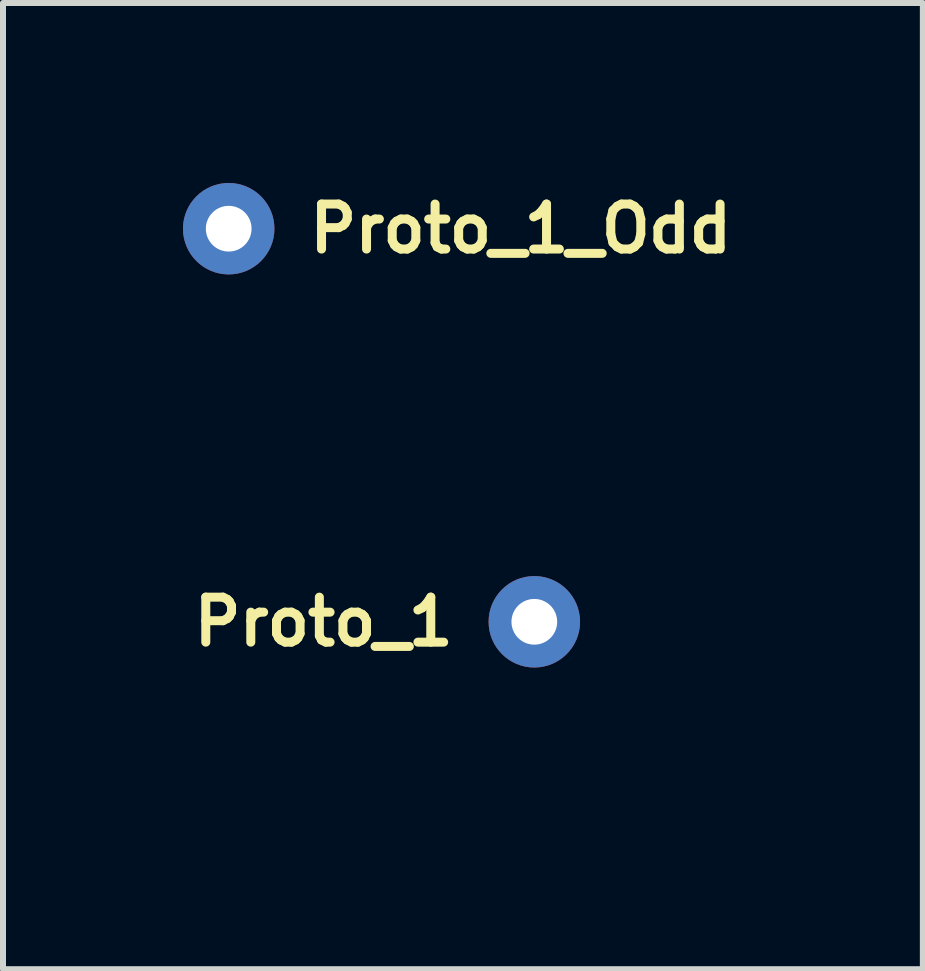
<source format=kicad_pcb>
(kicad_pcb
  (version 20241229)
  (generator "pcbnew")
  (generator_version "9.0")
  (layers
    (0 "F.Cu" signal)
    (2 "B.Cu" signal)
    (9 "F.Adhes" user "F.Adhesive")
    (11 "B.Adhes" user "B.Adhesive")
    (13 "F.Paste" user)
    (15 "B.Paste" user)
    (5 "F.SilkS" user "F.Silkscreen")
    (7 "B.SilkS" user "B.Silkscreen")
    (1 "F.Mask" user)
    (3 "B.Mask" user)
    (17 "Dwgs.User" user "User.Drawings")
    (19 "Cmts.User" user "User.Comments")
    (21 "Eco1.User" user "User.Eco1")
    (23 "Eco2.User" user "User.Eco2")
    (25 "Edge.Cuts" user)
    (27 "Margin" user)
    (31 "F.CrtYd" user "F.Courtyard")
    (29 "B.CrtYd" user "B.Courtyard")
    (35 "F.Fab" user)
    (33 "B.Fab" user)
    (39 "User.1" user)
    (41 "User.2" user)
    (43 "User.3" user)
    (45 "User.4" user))
  (footprint "Proto_1"
    (layer "F.Cu")
    (at 5.856 9.854)
    (property "Reference" "Proto_1" (at -1.27 -2.54 0) (layer "F.SilkS") (effects (font (size 0.75 0.75) (thickness 0.15)) (justify right)))
    (attr through_hole)
    (pad "1" thru_hole circle (at 0 -2.54) (size 1.524 1.524) (drill 0.762) (layers "*.Cu" "*.Mask")))
  (footprint "Proto_1_Odd"
    (layer "F.Cu")
    (at 0.762 3.302)
    (property "Reference" "Proto_1_Odd" (at 1.27 -2.54 0) (layer "F.SilkS") (effects (font (size 0.75 0.75) (thickness 0.15)) (justify left)))
    (attr through_hole)
    (pad "1" thru_hole circle (at 0 -2.54) (size 1.524 1.524) (drill 0.762) (layers "*.Cu" "*.Mask")))
  (gr_rect
    (start -3 -3)
    (end 12.332 13.104)
    (stroke (width 0.1) (type default))
    (fill no)
    (layer "Edge.Cuts")))
</source>
